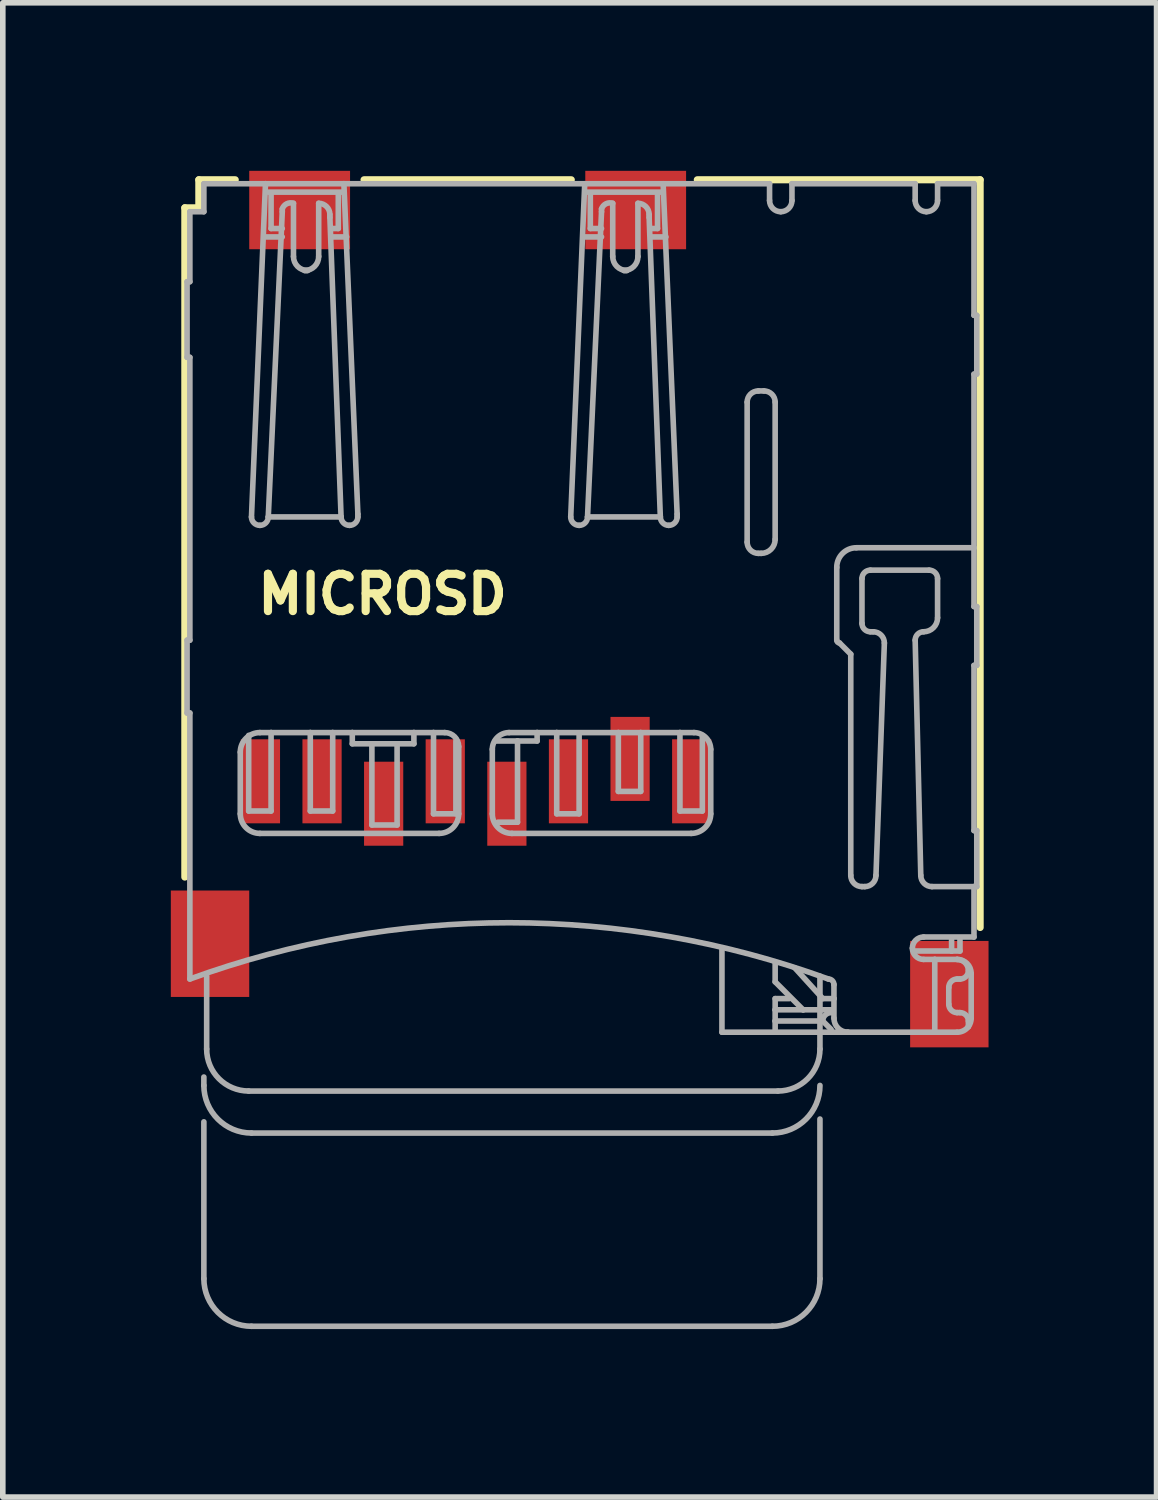
<source format=kicad_pcb>
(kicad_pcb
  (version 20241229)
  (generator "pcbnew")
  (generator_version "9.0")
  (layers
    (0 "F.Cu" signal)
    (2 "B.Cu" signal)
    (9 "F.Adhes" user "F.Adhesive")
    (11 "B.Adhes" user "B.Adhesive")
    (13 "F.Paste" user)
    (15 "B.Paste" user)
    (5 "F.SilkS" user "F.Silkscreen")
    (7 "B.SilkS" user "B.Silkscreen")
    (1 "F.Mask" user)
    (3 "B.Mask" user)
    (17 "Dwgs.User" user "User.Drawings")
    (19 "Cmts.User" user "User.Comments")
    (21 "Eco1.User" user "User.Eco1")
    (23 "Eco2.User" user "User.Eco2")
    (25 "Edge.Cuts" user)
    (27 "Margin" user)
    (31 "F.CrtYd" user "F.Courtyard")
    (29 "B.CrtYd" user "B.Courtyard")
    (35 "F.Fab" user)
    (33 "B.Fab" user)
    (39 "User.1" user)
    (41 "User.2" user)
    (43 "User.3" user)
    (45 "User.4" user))
  (footprint "MICROSD"
    (layer "F.Cu")
    (at 0.3 0.26)
    (property "Reference" "MICROSD" (at 1.18 7.69 0) (layer "F.SilkS") (effects (font (size 0.666 0.666) (thickness 0.146)) (justify left bottom)))
    (fp_line (start -0.05 0.4) (end -0.05 12.35) (stroke (width 0.127) (type solid)) (layer "F.SilkS"))
    (fp_line (start 0.2 -0.1) (end 0.2 0.4) (stroke (width 0.127) (type solid)) (layer "F.SilkS"))
    (fp_line (start 0.2 0.4) (end -0.05 0.4) (stroke (width 0.127) (type solid)) (layer "F.SilkS"))
    (fp_line (start 0.85 -0.1) (end 0.2 -0.1) (stroke (width 0.127) (type solid)) (layer "F.SilkS"))
    (fp_line (start 3.15 -0.1) (end 6.85 -0.1) (stroke (width 0.127) (type solid)) (layer "F.SilkS"))
    (fp_line (start 9.1 -0.1) (end 14.15 -0.1) (stroke (width 0.127) (type solid)) (layer "F.SilkS"))
    (fp_line (start 14.15 -0.1) (end 14.15 13.25) (stroke (width 0.127) (type solid)) (layer "F.SilkS"))
    (fp_line (start -0.01 1.72) (end -0.01 3.07) (stroke (width 0.1) (type solid)) (layer "F.Fab"))
    (fp_line (start -0.01 3.07) (end 0.04 3.07) (stroke (width 0.1) (type solid)) (layer "F.Fab"))
    (fp_line (start -0.01 8.12) (end -0.01 9.42) (stroke (width 0.1) (type solid)) (layer "F.Fab"))
    (fp_line (start -0.01 9.42) (end 0.04 9.42) (stroke (width 0.1) (type solid)) (layer "F.Fab"))
    (fp_line (start 0.04 0.47) (end 0.04 1.72) (stroke (width 0.1) (type solid)) (layer "F.Fab"))
    (fp_line (start 0.04 1.72) (end -0.01 1.72) (stroke (width 0.1) (type solid)) (layer "F.Fab"))
    (fp_line (start 0.04 3.07) (end 0.04 8.12) (stroke (width 0.1) (type solid)) (layer "F.Fab"))
    (fp_line (start 0.04 8.12) (end -0.01 8.12) (stroke (width 0.1) (type solid)) (layer "F.Fab"))
    (fp_line (start 0.04 9.42) (end 0.04 14.17) (stroke (width 0.1) (type solid)) (layer "F.Fab"))
    (fp_line (start 0.29 -0.03) (end 0.29 0.47) (stroke (width 0.1) (type solid)) (layer "F.Fab"))
    (fp_line (start 0.29 0.47) (end 0.04 0.47) (stroke (width 0.1) (type solid)) (layer "F.Fab"))
    (fp_line (start 0.29 15.92) (end 0.29 16.07) (stroke (width 0.1) (type solid)) (layer "F.Fab"))
    (fp_line (start 0.29 16.72) (end 0.29 19.52) (stroke (width 0.1) (type solid)) (layer "F.Fab"))
    (fp_line (start 0.34 14.12) (end 0.34 15.42) (stroke (width 0.1) (type solid)) (layer "F.Fab"))
    (fp_line (start 0.94 11.22) (end 0.94 10.12) (stroke (width 0.1) (type solid)) (layer "F.Fab"))
    (fp_line (start 1.09 9.82) (end 1.09 11.17) (stroke (width 0.1) (type solid)) (layer "F.Fab"))
    (fp_line (start 1.09 11.17) (end 1.49 11.17) (stroke (width 0.1) (type solid)) (layer "F.Fab"))
    (fp_line (start 1.09 16.17) (end 10.54 16.17) (stroke (width 0.1) (type solid)) (layer "F.Fab"))
    (fp_line (start 1.14 5.92) (end 1.39 -0.03) (stroke (width 0.1) (type solid)) (layer "F.Fab"))
    (fp_line (start 1.14 16.92) (end 10.44 16.92) (stroke (width 0.1) (type solid)) (layer "F.Fab"))
    (fp_line (start 1.14 20.37) (end 10.44 20.37) (stroke (width 0.1) (type solid)) (layer "F.Fab"))
    (fp_line (start 1.29 9.77) (end 1.49 9.77) (stroke (width 0.1) (type solid)) (layer "F.Fab"))
    (fp_line (start 1.39 -0.03) (end 0.29 -0.03) (stroke (width 0.1) (type solid)) (layer "F.Fab"))
    (fp_line (start 1.44 0.12) (end 2.79 0.12) (stroke (width 0.1) (type solid)) (layer "F.Fab"))
    (fp_line (start 1.44 5.92) (end 2.74 5.92) (stroke (width 0.1) (type solid)) (layer "F.Fab"))
    (fp_line (start 1.49 0.77) (end 1.49 0.17) (stroke (width 0.1) (type solid)) (layer "F.Fab"))
    (fp_line (start 1.49 9.77) (end 2.19 9.77) (stroke (width 0.1) (type solid)) (layer "F.Fab"))
    (fp_line (start 1.49 11.17) (end 1.49 9.77) (stroke (width 0.1) (type solid)) (layer "F.Fab"))
    (fp_line (start 1.69 0.42) (end 1.69 0.47) (stroke (width 0.1) (type solid)) (layer "F.Fab"))
    (fp_line (start 1.69 0.47) (end 1.44 5.92) (stroke (width 0.1) (type solid)) (layer "F.Fab"))
    (fp_line (start 1.69 0.77) (end 1.49 0.77) (stroke (width 0.1) (type solid)) (layer "F.Fab"))
    (fp_line (start 1.69 0.92) (end 1.39 0.92) (stroke (width 0.1) (type solid)) (layer "F.Fab"))
    (fp_line (start 1.89 1.27) (end 1.89 0.32) (stroke (width 0.1) (type solid)) (layer "F.Fab"))
    (fp_line (start 2.09 1.52) (end 2.14 1.52) (stroke (width 0.1) (type solid)) (layer "F.Fab"))
    (fp_line (start 2.19 9.77) (end 2.19 11.17) (stroke (width 0.1) (type solid)) (layer "F.Fab"))
    (fp_line (start 2.19 9.77) (end 2.59 9.77) (stroke (width 0.1) (type solid)) (layer "F.Fab"))
    (fp_line (start 2.19 11.17) (end 2.59 11.17) (stroke (width 0.1) (type solid)) (layer "F.Fab"))
    (fp_line (start 2.34 0.32) (end 2.34 1.27) (stroke (width 0.1) (type solid)) (layer "F.Fab"))
    (fp_line (start 2.54 0.57) (end 2.54 0.52) (stroke (width 0.1) (type solid)) (layer "F.Fab"))
    (fp_line (start 2.59 0.77) (end 2.69 0.77) (stroke (width 0.1) (type solid)) (layer "F.Fab"))
    (fp_line (start 2.59 0.92) (end 2.84 0.92) (stroke (width 0.1) (type solid)) (layer "F.Fab"))
    (fp_line (start 2.59 9.77) (end 2.94 9.77) (stroke (width 0.1) (type solid)) (layer "F.Fab"))
    (fp_line (start 2.59 11.17) (end 2.59 9.77) (stroke (width 0.1) (type solid)) (layer "F.Fab"))
    (fp_line (start 2.69 0.77) (end 2.69 0.17) (stroke (width 0.1) (type solid)) (layer "F.Fab"))
    (fp_line (start 2.74 5.92) (end 2.54 0.57) (stroke (width 0.1) (type solid)) (layer "F.Fab"))
    (fp_line (start 2.79 -0.03) (end 1.39 -0.03) (stroke (width 0.1) (type solid)) (layer "F.Fab"))
    (fp_line (start 2.79 -0.03) (end 3.04 5.87) (stroke (width 0.1) (type solid)) (layer "F.Fab"))
    (fp_line (start 2.94 9.77) (end 2.94 9.97) (stroke (width 0.1) (type solid)) (layer "F.Fab"))
    (fp_line (start 2.94 9.77) (end 4.04 9.77) (stroke (width 0.1) (type solid)) (layer "F.Fab"))
    (fp_line (start 2.94 9.97) (end 3.29 9.97) (stroke (width 0.1) (type solid)) (layer "F.Fab"))
    (fp_line (start 3.04 5.87) (end 3.04 5.92) (stroke (width 0.1) (type solid)) (layer "F.Fab"))
    (fp_line (start 3.29 9.97) (end 3.29 11.42) (stroke (width 0.1) (type solid)) (layer "F.Fab"))
    (fp_line (start 3.29 9.97) (end 3.74 9.97) (stroke (width 0.1) (type solid)) (layer "F.Fab"))
    (fp_line (start 3.29 11.42) (end 3.74 11.42) (stroke (width 0.1) (type solid)) (layer "F.Fab"))
    (fp_line (start 3.74 9.97) (end 4.04 9.97) (stroke (width 0.1) (type solid)) (layer "F.Fab"))
    (fp_line (start 3.74 11.42) (end 3.74 9.97) (stroke (width 0.1) (type solid)) (layer "F.Fab"))
    (fp_line (start 4.04 9.77) (end 4.39 9.77) (stroke (width 0.1) (type solid)) (layer "F.Fab"))
    (fp_line (start 4.04 9.97) (end 4.04 9.77) (stroke (width 0.1) (type solid)) (layer "F.Fab"))
    (fp_line (start 4.39 9.77) (end 4.39 11.22) (stroke (width 0.1) (type solid)) (layer "F.Fab"))
    (fp_line (start 4.39 9.77) (end 4.59 9.77) (stroke (width 0.1) (type solid)) (layer "F.Fab"))
    (fp_line (start 4.39 11.22) (end 4.79 11.22) (stroke (width 0.1) (type solid)) (layer "F.Fab"))
    (fp_line (start 4.49 11.57) (end 1.29 11.57) (stroke (width 0.1) (type solid)) (layer "F.Fab"))
    (fp_line (start 4.79 11.22) (end 4.79 9.92) (stroke (width 0.1) (type solid)) (layer "F.Fab"))
    (fp_line (start 4.84 10.02) (end 4.84 11.22) (stroke (width 0.1) (type solid)) (layer "F.Fab"))
    (fp_line (start 5.44 11.22) (end 5.44 10.07) (stroke (width 0.1) (type solid)) (layer "F.Fab"))
    (fp_line (start 5.49 9.92) (end 5.89 9.92) (stroke (width 0.1) (type solid)) (layer "F.Fab"))
    (fp_line (start 5.74 9.77) (end 6.24 9.77) (stroke (width 0.1) (type solid)) (layer "F.Fab"))
    (fp_line (start 5.89 9.92) (end 5.89 11.37) (stroke (width 0.1) (type solid)) (layer "F.Fab"))
    (fp_line (start 5.89 9.92) (end 6.24 9.92) (stroke (width 0.1) (type solid)) (layer "F.Fab"))
    (fp_line (start 5.89 11.37) (end 5.54 11.37) (stroke (width 0.1) (type solid)) (layer "F.Fab"))
    (fp_line (start 6.24 9.77) (end 6.59 9.77) (stroke (width 0.1) (type solid)) (layer "F.Fab"))
    (fp_line (start 6.24 9.92) (end 6.24 9.77) (stroke (width 0.1) (type solid)) (layer "F.Fab"))
    (fp_line (start 6.59 9.77) (end 6.59 11.22) (stroke (width 0.1) (type solid)) (layer "F.Fab"))
    (fp_line (start 6.59 9.77) (end 7.69 9.77) (stroke (width 0.1) (type solid)) (layer "F.Fab"))
    (fp_line (start 6.59 11.22) (end 6.99 11.22) (stroke (width 0.1) (type solid)) (layer "F.Fab"))
    (fp_line (start 6.84 5.92) (end 7.09 -0.03) (stroke (width 0.1) (type solid)) (layer "F.Fab"))
    (fp_line (start 6.99 11.22) (end 6.99 9.82) (stroke (width 0.1) (type solid)) (layer "F.Fab"))
    (fp_line (start 7.14 0.12) (end 8.49 0.12) (stroke (width 0.1) (type solid)) (layer "F.Fab"))
    (fp_line (start 7.14 5.92) (end 8.44 5.92) (stroke (width 0.1) (type solid)) (layer "F.Fab"))
    (fp_line (start 7.19 0.77) (end 7.19 0.17) (stroke (width 0.1) (type solid)) (layer "F.Fab"))
    (fp_line (start 7.39 0.42) (end 7.39 0.47) (stroke (width 0.1) (type solid)) (layer "F.Fab"))
    (fp_line (start 7.39 0.47) (end 7.14 5.92) (stroke (width 0.1) (type solid)) (layer "F.Fab"))
    (fp_line (start 7.39 0.77) (end 7.19 0.77) (stroke (width 0.1) (type solid)) (layer "F.Fab"))
    (fp_line (start 7.39 0.92) (end 7.09 0.92) (stroke (width 0.1) (type solid)) (layer "F.Fab"))
    (fp_line (start 7.59 1.27) (end 7.59 0.32) (stroke (width 0.1) (type solid)) (layer "F.Fab"))
    (fp_line (start 7.69 9.77) (end 7.69 10.82) (stroke (width 0.1) (type solid)) (layer "F.Fab"))
    (fp_line (start 7.69 9.77) (end 8.09 9.77) (stroke (width 0.1) (type solid)) (layer "F.Fab"))
    (fp_line (start 7.69 10.82) (end 8.09 10.82) (stroke (width 0.1) (type solid)) (layer "F.Fab"))
    (fp_line (start 7.79 1.52) (end 7.84 1.52) (stroke (width 0.1) (type solid)) (layer "F.Fab"))
    (fp_line (start 8.04 0.32) (end 8.04 1.27) (stroke (width 0.1) (type solid)) (layer "F.Fab"))
    (fp_line (start 8.09 9.77) (end 8.79 9.77) (stroke (width 0.1) (type solid)) (layer "F.Fab"))
    (fp_line (start 8.09 10.82) (end 8.09 9.77) (stroke (width 0.1) (type solid)) (layer "F.Fab"))
    (fp_line (start 8.24 0.57) (end 8.24 0.52) (stroke (width 0.1) (type solid)) (layer "F.Fab"))
    (fp_line (start 8.29 0.77) (end 8.39 0.77) (stroke (width 0.1) (type solid)) (layer "F.Fab"))
    (fp_line (start 8.29 0.92) (end 8.54 0.92) (stroke (width 0.1) (type solid)) (layer "F.Fab"))
    (fp_line (start 8.39 0.77) (end 8.39 0.17) (stroke (width 0.1) (type solid)) (layer "F.Fab"))
    (fp_line (start 8.44 5.92) (end 8.24 0.57) (stroke (width 0.1) (type solid)) (layer "F.Fab"))
    (fp_line (start 8.49 -0.03) (end 8.74 5.87) (stroke (width 0.1) (type solid)) (layer "F.Fab"))
    (fp_line (start 8.74 5.87) (end 8.74 5.92) (stroke (width 0.1) (type solid)) (layer "F.Fab"))
    (fp_line (start 8.79 9.77) (end 8.79 11.17) (stroke (width 0.1) (type solid)) (layer "F.Fab"))
    (fp_line (start 8.79 9.77) (end 9.04 9.77) (stroke (width 0.1) (type solid)) (layer "F.Fab"))
    (fp_line (start 8.79 11.17) (end 9.19 11.17) (stroke (width 0.1) (type solid)) (layer "F.Fab"))
    (fp_line (start 8.99 11.57) (end 5.79 11.57) (stroke (width 0.1) (type solid)) (layer "F.Fab"))
    (fp_line (start 9.19 11.17) (end 9.19 9.82) (stroke (width 0.1) (type solid)) (layer "F.Fab"))
    (fp_line (start 9.34 10.07) (end 9.34 11.22) (stroke (width 0.1) (type solid)) (layer "F.Fab"))
    (fp_line (start 9.54 15.12) (end 9.54 13.62) (stroke (width 0.1) (type solid)) (layer "F.Fab"))
    (fp_line (start 9.99 6.37) (end 9.99 3.87) (stroke (width 0.1) (type solid)) (layer "F.Fab"))
    (fp_line (start 10.19 3.67) (end 10.29 3.67) (stroke (width 0.1) (type solid)) (layer "F.Fab"))
    (fp_line (start 10.24 6.57) (end 10.19 6.57) (stroke (width 0.1) (type solid)) (layer "F.Fab"))
    (fp_line (start 10.39 -0.03) (end 2.79 -0.03) (stroke (width 0.1) (type solid)) (layer "F.Fab"))
    (fp_line (start 10.39 0.27) (end 10.39 -0.03) (stroke (width 0.1) (type solid)) (layer "F.Fab"))
    (fp_line (start 10.49 3.87) (end 10.49 6.32) (stroke (width 0.1) (type solid)) (layer "F.Fab"))
    (fp_line (start 10.49 13.87) (end 10.49 14.22) (stroke (width 0.1) (type solid)) (layer "F.Fab"))
    (fp_line (start 10.49 14.22) (end 10.99 14.72) (stroke (width 0.1) (type solid)) (layer "F.Fab"))
    (fp_line (start 10.49 14.52) (end 10.74 14.52) (stroke (width 0.1) (type solid)) (layer "F.Fab"))
    (fp_line (start 10.49 14.72) (end 10.49 14.52) (stroke (width 0.1) (type solid)) (layer "F.Fab"))
    (fp_line (start 10.49 14.92) (end 10.49 14.72) (stroke (width 0.1) (type solid)) (layer "F.Fab"))
    (fp_line (start 10.49 14.92) (end 11.34 14.92) (stroke (width 0.1) (type solid)) (layer "F.Fab"))
    (fp_line (start 10.49 15.12) (end 9.54 15.12) (stroke (width 0.1) (type solid)) (layer "F.Fab"))
    (fp_line (start 10.49 15.12) (end 10.49 14.92) (stroke (width 0.1) (type solid)) (layer "F.Fab"))
    (fp_line (start 10.79 -0.03) (end 10.79 0.27) (stroke (width 0.1) (type solid)) (layer "F.Fab"))
    (fp_line (start 10.99 14.72) (end 10.49 14.72) (stroke (width 0.1) (type solid)) (layer "F.Fab"))
    (fp_line (start 10.99 14.72) (end 11.49 14.72) (stroke (width 0.1) (type solid)) (layer "F.Fab"))
    (fp_line (start 11.29 15.42) (end 11.29 14.12) (stroke (width 0.1) (type solid)) (layer "F.Fab"))
    (fp_line (start 11.29 19.52) (end 11.29 16.67) (stroke (width 0.1) (type solid)) (layer "F.Fab"))
    (fp_line (start 11.34 14.52) (end 10.84 13.97) (stroke (width 0.1) (type solid)) (layer "F.Fab"))
    (fp_line (start 11.49 15.07) (end 11.34 14.92) (stroke (width 0.1) (type solid)) (layer "F.Fab"))
    (fp_line (start 11.54 14.27) (end 11.54 14.52) (stroke (width 0.1) (type solid)) (layer "F.Fab"))
    (fp_line (start 11.54 14.52) (end 11.34 14.52) (stroke (width 0.1) (type solid)) (layer "F.Fab"))
    (fp_line (start 11.54 14.52) (end 11.54 14.87) (stroke (width 0.1) (type solid)) (layer "F.Fab"))
    (fp_line (start 11.59 8.12) (end 11.59 6.82) (stroke (width 0.1) (type solid)) (layer "F.Fab"))
    (fp_line (start 11.79 15.12) (end 10.49 15.12) (stroke (width 0.1) (type solid)) (layer "F.Fab"))
    (fp_line (start 11.79 15.12) (end 13.34 15.12) (stroke (width 0.1) (type solid)) (layer "F.Fab"))
    (fp_line (start 11.84 8.37) (end 11.64 8.17) (stroke (width 0.1) (type solid)) (layer "F.Fab"))
    (fp_line (start 11.84 12.32) (end 11.84 8.37) (stroke (width 0.1) (type solid)) (layer "F.Fab"))
    (fp_line (start 11.94 6.47) (end 14.04 6.47) (stroke (width 0.1) (type solid)) (layer "F.Fab"))
    (fp_line (start 12.04 7.02) (end 12.04 7.82) (stroke (width 0.1) (type solid)) (layer "F.Fab"))
    (fp_line (start 12.09 12.52) (end 12.04 12.52) (stroke (width 0.1) (type solid)) (layer "F.Fab"))
    (fp_line (start 12.19 7.97) (end 12.24 7.97) (stroke (width 0.1) (type solid)) (layer "F.Fab"))
    (fp_line (start 12.44 8.17) (end 12.29 12.32) (stroke (width 0.1) (type solid)) (layer "F.Fab"))
    (fp_line (start 12.99 -0.03) (end 10.79 -0.03) (stroke (width 0.1) (type solid)) (layer "F.Fab"))
    (fp_line (start 12.99 0.27) (end 12.99 -0.03) (stroke (width 0.1) (type solid)) (layer "F.Fab"))
    (fp_line (start 12.99 13.67) (end 13.64 13.67) (stroke (width 0.1) (type solid)) (layer "F.Fab"))
    (fp_line (start 13.09 12.32) (end 12.99 8.12) (stroke (width 0.1) (type solid)) (layer "F.Fab"))
    (fp_line (start 13.14 13.42) (end 14.04 13.42) (stroke (width 0.1) (type solid)) (layer "F.Fab"))
    (fp_line (start 13.24 6.87) (end 12.19 6.87) (stroke (width 0.1) (type solid)) (layer "F.Fab"))
    (fp_line (start 13.34 13.82) (end 13.14 13.82) (stroke (width 0.1) (type solid)) (layer "F.Fab"))
    (fp_line (start 13.34 13.82) (end 13.34 15.12) (stroke (width 0.1) (type solid)) (layer "F.Fab"))
    (fp_line (start 13.34 15.12) (end 13.74 15.12) (stroke (width 0.1) (type solid)) (layer "F.Fab"))
    (fp_line (start 13.39 -0.03) (end 13.39 0.27) (stroke (width 0.1) (type solid)) (layer "F.Fab"))
    (fp_line (start 13.39 7.72) (end 13.39 7.02) (stroke (width 0.1) (type solid)) (layer "F.Fab"))
    (fp_line (start 13.59 14.62) (end 13.59 14.32) (stroke (width 0.1) (type solid)) (layer "F.Fab"))
    (fp_line (start 13.64 13.67) (end 13.64 13.47) (stroke (width 0.1) (type solid)) (layer "F.Fab"))
    (fp_line (start 13.64 13.67) (end 13.79 13.67) (stroke (width 0.1) (type solid)) (layer "F.Fab"))
    (fp_line (start 13.74 13.82) (end 13.34 13.82) (stroke (width 0.1) (type solid)) (layer "F.Fab"))
    (fp_line (start 13.74 14.17) (end 13.79 14.17) (stroke (width 0.1) (type solid)) (layer "F.Fab"))
    (fp_line (start 13.79 13.47) (end 13.79 13.67) (stroke (width 0.1) (type solid)) (layer "F.Fab"))
    (fp_line (start 13.79 14.77) (end 13.74 14.77) (stroke (width 0.1) (type solid)) (layer "F.Fab"))
    (fp_line (start 13.94 15.02) (end 13.94 14.92) (stroke (width 0.1) (type solid)) (layer "F.Fab"))
    (fp_line (start 13.99 14.87) (end 13.99 14.07) (stroke (width 0.1) (type solid)) (layer "F.Fab"))
    (fp_line (start 14.04 -0.03) (end 13.39 -0.03) (stroke (width 0.1) (type solid)) (layer "F.Fab"))
    (fp_line (start 14.04 2.32) (end 14.04 -0.03) (stroke (width 0.1) (type solid)) (layer "F.Fab"))
    (fp_line (start 14.04 3.37) (end 14.09 3.37) (stroke (width 0.1) (type solid)) (layer "F.Fab"))
    (fp_line (start 14.04 6.47) (end 14.04 3.37) (stroke (width 0.1) (type solid)) (layer "F.Fab"))
    (fp_line (start 14.04 7.52) (end 14.04 6.47) (stroke (width 0.1) (type solid)) (layer "F.Fab"))
    (fp_line (start 14.04 8.57) (end 14.09 8.57) (stroke (width 0.1) (type solid)) (layer "F.Fab"))
    (fp_line (start 14.04 11.52) (end 14.04 8.57) (stroke (width 0.1) (type solid)) (layer "F.Fab"))
    (fp_line (start 14.04 12.52) (end 13.29 12.52) (stroke (width 0.1) (type solid)) (layer "F.Fab"))
    (fp_line (start 14.04 12.52) (end 14.09 12.52) (stroke (width 0.1) (type solid)) (layer "F.Fab"))
    (fp_line (start 14.04 13.42) (end 14.04 12.52) (stroke (width 0.1) (type solid)) (layer "F.Fab"))
    (fp_line (start 14.09 2.32) (end 14.04 2.32) (stroke (width 0.1) (type solid)) (layer "F.Fab"))
    (fp_line (start 14.09 3.37) (end 14.09 2.32) (stroke (width 0.1) (type solid)) (layer "F.Fab"))
    (fp_line (start 14.09 7.52) (end 14.04 7.52) (stroke (width 0.1) (type solid)) (layer "F.Fab"))
    (fp_line (start 14.09 8.57) (end 14.09 7.52) (stroke (width 0.1) (type solid)) (layer "F.Fab"))
    (fp_line (start 14.09 11.52) (end 14.04 11.52) (stroke (width 0.1) (type solid)) (layer "F.Fab"))
    (fp_line (start 14.09 12.52) (end 14.09 11.52) (stroke (width 0.1) (type solid)) (layer "F.Fab"))
    (fp_arc (start 0.04 14.17) (mid 5.74 13.164936) (end 11.44 14.17) (stroke (width 0.1) (type solid)) (layer "F.Fab"))
    (fp_arc (start 0.94 10.12) (mid 1.042513 9.872513) (end 1.29 9.77) (stroke (width 0.1) (type solid)) (layer "F.Fab"))
    (fp_arc (start 1.09 16.17) (mid 0.55967 15.95033) (end 0.34 15.42) (stroke (width 0.1) (type solid)) (layer "F.Fab"))
    (fp_arc (start 1.14 16.92) (mid 0.538959 16.671041) (end 0.29 16.07) (stroke (width 0.1) (type solid)) (layer "F.Fab"))
    (fp_arc (start 1.14 20.37) (mid 0.538959 20.121041) (end 0.29 19.52) (stroke (width 0.1) (type solid)) (layer "F.Fab"))
    (fp_arc (start 1.29 6.07) (mid 1.183934 6.026066) (end 1.14 5.92) (stroke (width 0.1) (type solid)) (layer "F.Fab"))
    (fp_arc (start 1.29 11.57) (mid 1.042513 11.467487) (end 0.94 11.22) (stroke (width 0.1) (type solid)) (layer "F.Fab"))
    (fp_arc (start 1.44 5.92) (mid 1.396066 6.026066) (end 1.29 6.07) (stroke (width 0.1) (type solid)) (layer "F.Fab"))
    (fp_arc (start 1.69 0.42) (mid 1.769289 0.328579) (end 1.89 0.32) (stroke (width 0.1) (type solid)) (layer "F.Fab"))
    (fp_arc (start 2.14 1.52) (mid 1.963223 1.446777) (end 1.89 1.27) (stroke (width 0.1) (type solid)) (layer "F.Fab"))
    (fp_arc (start 2.34 0.32) (mid 2.481421 0.378579) (end 2.54 0.52) (stroke (width 0.1) (type solid)) (layer "F.Fab"))
    (fp_arc (start 2.34 1.27) (mid 2.266777 1.446777) (end 2.09 1.52) (stroke (width 0.1) (type solid)) (layer "F.Fab"))
    (fp_arc (start 2.89 6.07) (mid 2.783934 6.026066) (end 2.74 5.92) (stroke (width 0.1) (type solid)) (layer "F.Fab"))
    (fp_arc (start 3.04 5.92) (mid 2.996066 6.026066) (end 2.89 6.07) (stroke (width 0.1) (type solid)) (layer "F.Fab"))
    (fp_arc (start 4.59 9.77) (mid 4.766777 9.843223) (end 4.84 10.02) (stroke (width 0.1) (type solid)) (layer "F.Fab"))
    (fp_arc (start 4.84 11.22) (mid 4.737487 11.467487) (end 4.49 11.57) (stroke (width 0.1) (type solid)) (layer "F.Fab"))
    (fp_arc (start 5.44 10.07) (mid 5.527868 9.857868) (end 5.74 9.77) (stroke (width 0.1) (type solid)) (layer "F.Fab"))
    (fp_arc (start 5.79 11.57) (mid 5.542513 11.467487) (end 5.44 11.22) (stroke (width 0.1) (type solid)) (layer "F.Fab"))
    (fp_arc (start 6.99 6.07) (mid 6.883934 6.026066) (end 6.84 5.92) (stroke (width 0.1) (type solid)) (layer "F.Fab"))
    (fp_arc (start 7.14 5.92) (mid 7.096066 6.026066) (end 6.99 6.07) (stroke (width 0.1) (type solid)) (layer "F.Fab"))
    (fp_arc (start 7.39 0.42) (mid 7.469289 0.328579) (end 7.59 0.32) (stroke (width 0.1) (type solid)) (layer "F.Fab"))
    (fp_arc (start 7.84 1.52) (mid 7.663223 1.446777) (end 7.59 1.27) (stroke (width 0.1) (type solid)) (layer "F.Fab"))
    (fp_arc (start 8.04 0.32) (mid 8.181421 0.378579) (end 8.24 0.52) (stroke (width 0.1) (type solid)) (layer "F.Fab"))
    (fp_arc (start 8.04 1.27) (mid 7.966777 1.446777) (end 7.79 1.52) (stroke (width 0.1) (type solid)) (layer "F.Fab"))
    (fp_arc (start 8.59 6.07) (mid 8.483934 6.026066) (end 8.44 5.92) (stroke (width 0.1) (type solid)) (layer "F.Fab"))
    (fp_arc (start 8.74 5.92) (mid 8.696066 6.026066) (end 8.59 6.07) (stroke (width 0.1) (type solid)) (layer "F.Fab"))
    (fp_arc (start 9.04 9.77) (mid 9.252132 9.857868) (end 9.34 10.07) (stroke (width 0.1) (type solid)) (layer "F.Fab"))
    (fp_arc (start 9.34 11.22) (mid 9.237487 11.467487) (end 8.99 11.57) (stroke (width 0.1) (type solid)) (layer "F.Fab"))
    (fp_arc (start 9.99 3.87) (mid 10.048579 3.728579) (end 10.19 3.67) (stroke (width 0.1) (type solid)) (layer "F.Fab"))
    (fp_arc (start 10.19 6.57) (mid 10.048579 6.511421) (end 9.99 6.37) (stroke (width 0.1) (type solid)) (layer "F.Fab"))
    (fp_arc (start 10.29 3.67) (mid 10.431421 3.728579) (end 10.49 3.87) (stroke (width 0.1) (type solid)) (layer "F.Fab"))
    (fp_arc (start 10.49 6.32) (mid 10.416777 6.496777) (end 10.24 6.57) (stroke (width 0.1) (type solid)) (layer "F.Fab"))
    (fp_arc (start 10.59 0.47) (mid 10.448579 0.411421) (end 10.39 0.27) (stroke (width 0.1) (type solid)) (layer "F.Fab"))
    (fp_arc (start 10.79 0.27) (mid 10.731421 0.411421) (end 10.59 0.47) (stroke (width 0.1) (type solid)) (layer "F.Fab"))
    (fp_arc (start 11.29 15.42) (mid 11.07033 15.95033) (end 10.54 16.17) (stroke (width 0.1) (type solid)) (layer "F.Fab"))
    (fp_arc (start 11.29 16.07) (mid 11.041041 16.671041) (end 10.44 16.92) (stroke (width 0.1) (type solid)) (layer "F.Fab"))
    (fp_arc (start 11.29 19.52) (mid 11.041041 20.121041) (end 10.44 20.37) (stroke (width 0.1) (type solid)) (layer "F.Fab"))
    (fp_arc (start 11.34 14.92) (mid 11.383934 14.813934) (end 11.49 14.77) (stroke (width 0.1) (type solid)) (layer "F.Fab"))
    (fp_arc (start 11.44 14.17) (mid 11.510711 14.199289) (end 11.54 14.27) (stroke (width 0.1) (type solid)) (layer "F.Fab"))
    (fp_arc (start 11.59 6.82) (mid 11.692513 6.572513) (end 11.94 6.47) (stroke (width 0.1) (type solid)) (layer "F.Fab"))
    (fp_arc (start 11.64 8.17) (mid 11.604645 8.155355) (end 11.59 8.12) (stroke (width 0.1) (type solid)) (layer "F.Fab"))
    (fp_arc (start 11.79 15.12) (mid 11.613223 15.046777) (end 11.54 14.87) (stroke (width 0.1) (type solid)) (layer "F.Fab"))
    (fp_arc (start 12.04 7.02) (mid 12.083934 6.913934) (end 12.19 6.87) (stroke (width 0.1) (type solid)) (layer "F.Fab"))
    (fp_arc (start 12.04 12.52) (mid 11.898579 12.461421) (end 11.84 12.32) (stroke (width 0.1) (type solid)) (layer "F.Fab"))
    (fp_arc (start 12.19 7.97) (mid 12.083934 7.926066) (end 12.04 7.82) (stroke (width 0.1) (type solid)) (layer "F.Fab"))
    (fp_arc (start 12.24 7.97) (mid 12.381421 8.028579) (end 12.44 8.17) (stroke (width 0.1) (type solid)) (layer "F.Fab"))
    (fp_arc (start 12.29 12.32) (mid 12.231421 12.461421) (end 12.09 12.52) (stroke (width 0.1) (type solid)) (layer "F.Fab"))
    (fp_arc (start 12.94 13.62) (mid 12.998579 13.478579) (end 13.14 13.42) (stroke (width 0.1) (type solid)) (layer "F.Fab"))
    (fp_arc (start 12.99 8.12) (mid 13.033934 8.013934) (end 13.14 7.97) (stroke (width 0.1) (type solid)) (layer "F.Fab"))
    (fp_arc (start 13.14 13.82) (mid 12.998579 13.761421) (end 12.94 13.62) (stroke (width 0.1) (type solid)) (layer "F.Fab"))
    (fp_arc (start 13.19 0.47) (mid 13.048579 0.411421) (end 12.99 0.27) (stroke (width 0.1) (type solid)) (layer "F.Fab"))
    (fp_arc (start 13.24 6.87) (mid 13.346066 6.913934) (end 13.39 7.02) (stroke (width 0.1) (type solid)) (layer "F.Fab"))
    (fp_arc (start 13.29 12.52) (mid 13.148579 12.461421) (end 13.09 12.32) (stroke (width 0.1) (type solid)) (layer "F.Fab"))
    (fp_arc (start 13.39 0.27) (mid 13.331421 0.411421) (end 13.19 0.47) (stroke (width 0.1) (type solid)) (layer "F.Fab"))
    (fp_arc (start 13.39 7.72) (mid 13.316777 7.896777) (end 13.14 7.97) (stroke (width 0.1) (type solid)) (layer "F.Fab"))
    (fp_arc (start 13.59 14.32) (mid 13.633934 14.213934) (end 13.74 14.17) (stroke (width 0.1) (type solid)) (layer "F.Fab"))
    (fp_arc (start 13.74 13.82) (mid 13.881421 13.878579) (end 13.94 14.02) (stroke (width 0.1) (type solid)) (layer "F.Fab"))
    (fp_arc (start 13.74 13.82) (mid 13.916777 13.893223) (end 13.99 14.07) (stroke (width 0.1) (type solid)) (layer "F.Fab"))
    (fp_arc (start 13.74 14.77) (mid 13.633934 14.726066) (end 13.59 14.62) (stroke (width 0.1) (type solid)) (layer "F.Fab"))
    (fp_arc (start 13.79 14.77) (mid 13.896066 14.813934) (end 13.94 14.92) (stroke (width 0.1) (type solid)) (layer "F.Fab"))
    (fp_arc (start 13.94 14.02) (mid 13.896066 14.126066) (end 13.79 14.17) (stroke (width 0.1) (type solid)) (layer "F.Fab"))
    (fp_arc (start 13.94 15.019999) (mid 13.851803 15.093606) (end 13.74 15.12) (stroke (width 0.1) (type solid)) (layer "F.Fab"))
    (fp_arc (start 13.99 14.87) (mid 13.977171 14.949057) (end 13.94 15.02) (stroke (width 0.1) (type solid)) (layer "F.Fab"))
    (pad "1" smd rect (at 9 10.64) (size 0.7 1.5) (layers "F.Cu" "F.Mask" "F.Paste"))
    (pad "2" smd rect (at 7.9 10.24) (size 0.7 1.5) (layers "F.Cu" "F.Mask" "F.Paste"))
    (pad "3" smd rect (at 6.8 10.64) (size 0.7 1.5) (layers "F.Cu" "F.Mask" "F.Paste"))
    (pad "4" smd rect (at 5.7 11.04) (size 0.7 1.5) (layers "F.Cu" "F.Mask" "F.Paste"))
    (pad "5" smd rect (at 4.6 10.64) (size 0.7 1.5) (layers "F.Cu" "F.Mask" "F.Paste"))
    (pad "6" smd rect (at 3.5 11.04) (size 0.7 1.5) (layers "F.Cu" "F.Mask" "F.Paste"))
    (pad "7" smd rect (at 2.4 10.64) (size 0.7 1.5) (layers "F.Cu" "F.Mask" "F.Paste"))
    (pad "8" smd rect (at 1.3 10.64) (size 0.7 1.5) (layers "F.Cu" "F.Mask" "F.Paste"))
    (pad "CD1" smd rect (at 2 0.44 90) (size 1.4 1.8) (layers "F.Cu" "F.Mask" "F.Paste"))
    (pad "CD2" smd rect (at 8 0.44 90) (size 1.4 1.8) (layers "F.Cu" "F.Mask" "F.Paste"))
    (pad "MT1" smd rect (at 0.4 13.54) (size 1.4 1.9) (layers "F.Cu" "F.Mask" "F.Paste"))
    (pad "MT2" smd rect (at 13.6 14.44) (size 1.4 1.9) (layers "F.Cu" "F.Mask" "F.Paste")))
  (gr_rect
    (start -3 -3)
    (end 17.6 23.68)
    (stroke (width 0.1) (type default))
    (fill no)
    (layer "Edge.Cuts")))
</source>
